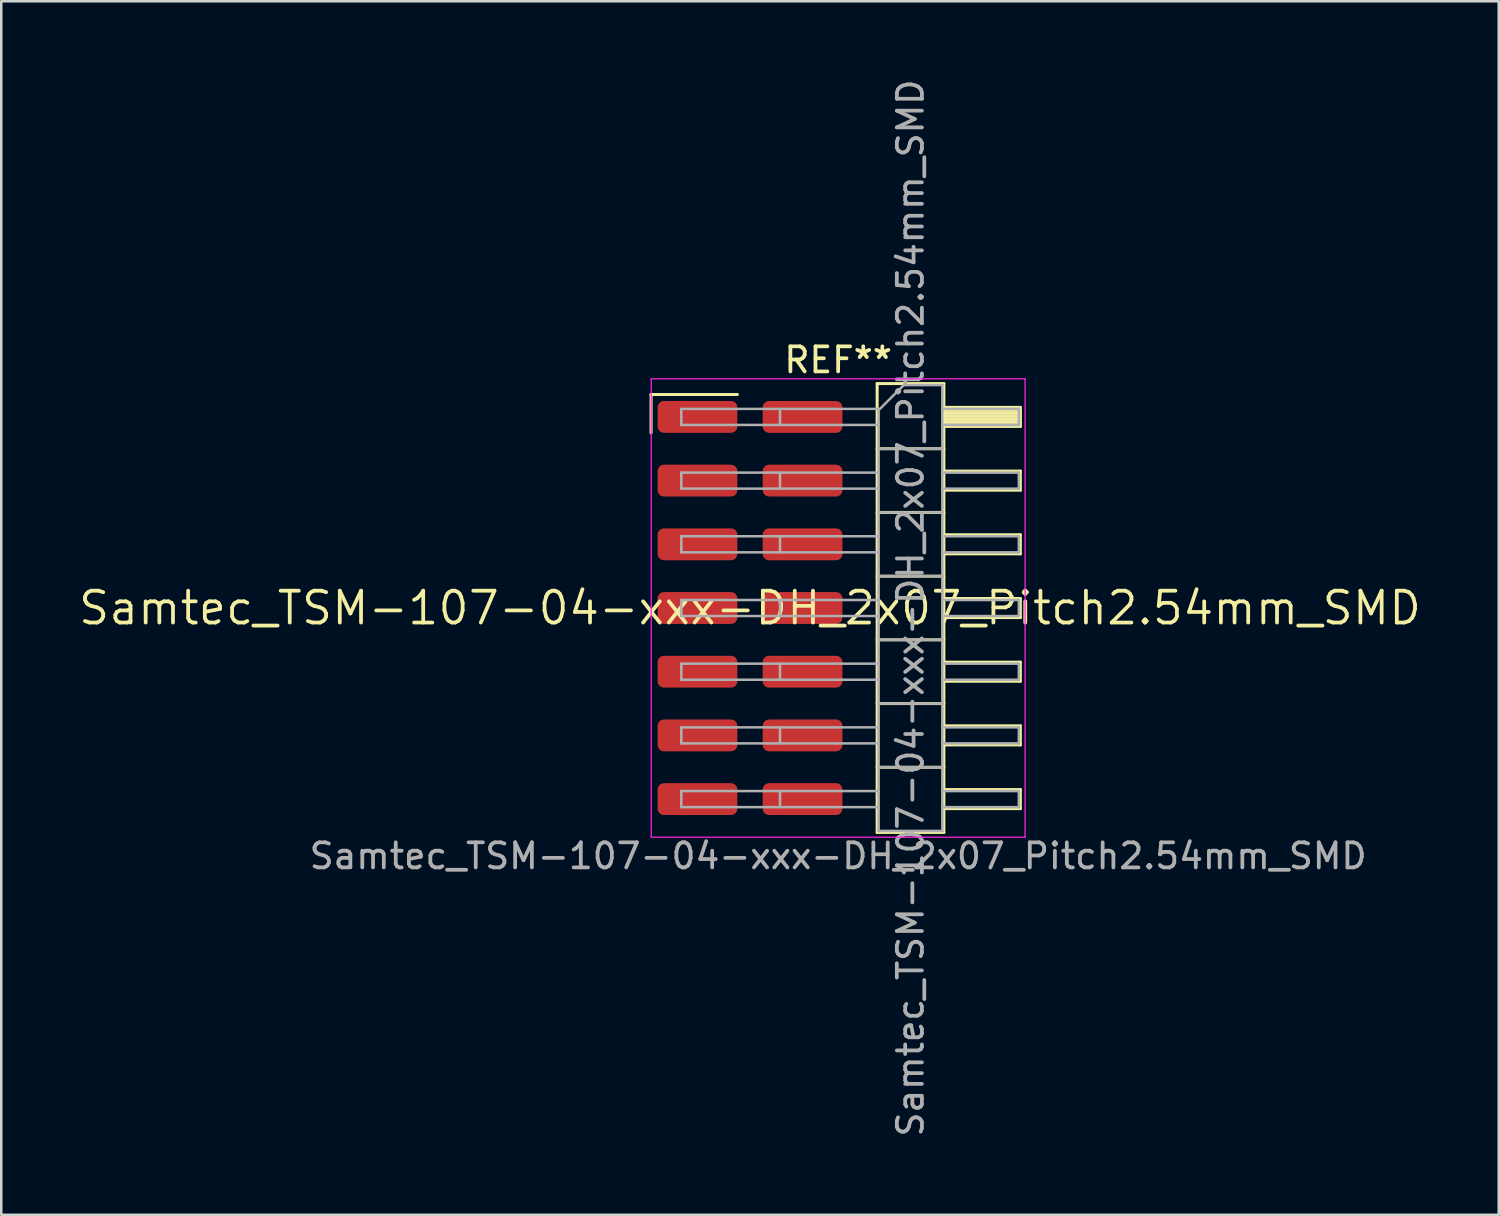
<source format=kicad_pcb>
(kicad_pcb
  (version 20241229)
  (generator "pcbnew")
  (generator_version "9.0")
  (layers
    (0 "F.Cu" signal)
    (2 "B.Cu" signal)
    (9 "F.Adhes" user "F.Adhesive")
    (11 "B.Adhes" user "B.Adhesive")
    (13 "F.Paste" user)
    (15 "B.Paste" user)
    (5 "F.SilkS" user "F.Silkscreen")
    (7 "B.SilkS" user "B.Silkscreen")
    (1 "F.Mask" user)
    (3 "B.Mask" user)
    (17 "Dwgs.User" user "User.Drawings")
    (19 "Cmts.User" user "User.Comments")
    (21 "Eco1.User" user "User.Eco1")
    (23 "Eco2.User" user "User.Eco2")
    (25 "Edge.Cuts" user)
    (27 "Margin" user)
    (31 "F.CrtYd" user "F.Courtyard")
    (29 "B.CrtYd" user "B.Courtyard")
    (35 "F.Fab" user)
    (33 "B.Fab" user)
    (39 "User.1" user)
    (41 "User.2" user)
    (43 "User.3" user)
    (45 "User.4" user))
  (footprint "Samtec_TSM-107-04-xxx-DH_2x07_Pitch2.54mm_SMD"
    (layer "F.Cu")
    (at 26.859 21.196)
    (property "Reference" "Samtec_TSM-107-04-xxx-DH_2x07_Pitch2.54mm_SMD" (at 0 0 0) (layer "F.SilkS") (effects (font (size 1.27 1.27) (thickness 0.15))))
    (attr smd)
    (fp_line (start -3.945 -8.515) (end -0.505 -8.515) (stroke (width 0.12) (type solid)) (layer "F.SilkS"))
    (fp_line (start -3.945 -6.985) (end -3.945 -8.515) (stroke (width 0.12) (type solid)) (layer "F.SilkS"))
    (fp_line (start 5.07 -8.95) (end 7.73 -8.95) (stroke (width 0.12) (type solid)) (layer "F.SilkS"))
    (fp_line (start 5.07 -6.35) (end 7.73 -6.35) (stroke (width 0.12) (type solid)) (layer "F.SilkS"))
    (fp_line (start 5.07 -3.81) (end 7.73 -3.81) (stroke (width 0.12) (type solid)) (layer "F.SilkS"))
    (fp_line (start 5.07 -1.27) (end 7.73 -1.27) (stroke (width 0.12) (type solid)) (layer "F.SilkS"))
    (fp_line (start 5.07 1.27) (end 7.73 1.27) (stroke (width 0.12) (type solid)) (layer "F.SilkS"))
    (fp_line (start 5.07 3.81) (end 7.73 3.81) (stroke (width 0.12) (type solid)) (layer "F.SilkS"))
    (fp_line (start 5.07 6.35) (end 7.73 6.35) (stroke (width 0.12) (type solid)) (layer "F.SilkS"))
    (fp_line (start 5.07 8.95) (end 5.07 -8.95) (stroke (width 0.12) (type solid)) (layer "F.SilkS"))
    (fp_line (start 7.73 -8.95) (end 7.73 8.95) (stroke (width 0.12) (type solid)) (layer "F.SilkS"))
    (fp_line (start 7.73 -8) (end 10.78 -8) (stroke (width 0.12) (type solid)) (layer "F.SilkS"))
    (fp_line (start 7.73 -7.88) (end 10.78 -7.88) (stroke (width 0.12) (type solid)) (layer "F.SilkS"))
    (fp_line (start 7.73 -7.76) (end 10.78 -7.76) (stroke (width 0.12) (type solid)) (layer "F.SilkS"))
    (fp_line (start 7.73 -7.64) (end 10.78 -7.64) (stroke (width 0.12) (type solid)) (layer "F.SilkS"))
    (fp_line (start 7.73 -7.52) (end 10.78 -7.52) (stroke (width 0.12) (type solid)) (layer "F.SilkS"))
    (fp_line (start 7.73 -7.4) (end 10.78 -7.4) (stroke (width 0.12) (type solid)) (layer "F.SilkS"))
    (fp_line (start 7.73 -7.28) (end 10.78 -7.28) (stroke (width 0.12) (type solid)) (layer "F.SilkS"))
    (fp_line (start 7.73 -7.24) (end 10.78 -7.24) (stroke (width 0.12) (type solid)) (layer "F.SilkS"))
    (fp_line (start 7.73 -5.46) (end 10.78 -5.46) (stroke (width 0.12) (type solid)) (layer "F.SilkS"))
    (fp_line (start 7.73 -4.7) (end 10.78 -4.7) (stroke (width 0.12) (type solid)) (layer "F.SilkS"))
    (fp_line (start 7.73 -2.92) (end 10.78 -2.92) (stroke (width 0.12) (type solid)) (layer "F.SilkS"))
    (fp_line (start 7.73 -2.16) (end 10.78 -2.16) (stroke (width 0.12) (type solid)) (layer "F.SilkS"))
    (fp_line (start 7.73 -0.38) (end 10.78 -0.38) (stroke (width 0.12) (type solid)) (layer "F.SilkS"))
    (fp_line (start 7.73 0.38) (end 10.78 0.38) (stroke (width 0.12) (type solid)) (layer "F.SilkS"))
    (fp_line (start 7.73 2.16) (end 10.78 2.16) (stroke (width 0.12) (type solid)) (layer "F.SilkS"))
    (fp_line (start 7.73 2.92) (end 10.78 2.92) (stroke (width 0.12) (type solid)) (layer "F.SilkS"))
    (fp_line (start 7.73 4.7) (end 10.78 4.7) (stroke (width 0.12) (type solid)) (layer "F.SilkS"))
    (fp_line (start 7.73 5.46) (end 10.78 5.46) (stroke (width 0.12) (type solid)) (layer "F.SilkS"))
    (fp_line (start 7.73 7.24) (end 10.78 7.24) (stroke (width 0.12) (type solid)) (layer "F.SilkS"))
    (fp_line (start 7.73 8) (end 10.78 8) (stroke (width 0.12) (type solid)) (layer "F.SilkS"))
    (fp_line (start 7.73 8.95) (end 5.07 8.95) (stroke (width 0.12) (type solid)) (layer "F.SilkS"))
    (fp_line (start 10.78 -8) (end 10.78 -7.24) (stroke (width 0.12) (type solid)) (layer "F.SilkS"))
    (fp_line (start 10.78 -5.46) (end 10.78 -4.7) (stroke (width 0.12) (type solid)) (layer "F.SilkS"))
    (fp_line (start 10.78 -2.92) (end 10.78 -2.16) (stroke (width 0.12) (type solid)) (layer "F.SilkS"))
    (fp_line (start 10.78 -0.38) (end 10.78 0.38) (stroke (width 0.12) (type solid)) (layer "F.SilkS"))
    (fp_line (start 10.78 2.16) (end 10.78 2.92) (stroke (width 0.12) (type solid)) (layer "F.SilkS"))
    (fp_line (start 10.78 4.7) (end 10.78 5.46) (stroke (width 0.12) (type solid)) (layer "F.SilkS"))
    (fp_line (start 10.78 7.24) (end 10.78 8) (stroke (width 0.12) (type solid)) (layer "F.SilkS"))
    (fp_line (start -3.94 -9.14) (end 10.97 -9.14) (stroke (width 0.05) (type solid)) (layer "F.CrtYd"))
    (fp_line (start -3.94 9.14) (end -3.94 -9.14) (stroke (width 0.05) (type solid)) (layer "F.CrtYd"))
    (fp_line (start 10.97 -9.14) (end 10.97 9.14) (stroke (width 0.05) (type solid)) (layer "F.CrtYd"))
    (fp_line (start 10.97 9.14) (end -3.94 9.14) (stroke (width 0.05) (type solid)) (layer "F.CrtYd"))
    (fp_line (start -2.74 -7.94) (end -2.74 -7.3) (stroke (width 0.1) (type solid)) (layer "F.Fab"))
    (fp_line (start -2.74 -7.94) (end 5.13 -7.94) (stroke (width 0.1) (type solid)) (layer "F.Fab"))
    (fp_line (start -2.74 -7.3) (end 5.13 -7.3) (stroke (width 0.1) (type solid)) (layer "F.Fab"))
    (fp_line (start -2.74 -5.4) (end -2.74 -4.76) (stroke (width 0.1) (type solid)) (layer "F.Fab"))
    (fp_line (start -2.74 -5.4) (end 5.13 -5.4) (stroke (width 0.1) (type solid)) (layer "F.Fab"))
    (fp_line (start -2.74 -4.76) (end 5.13 -4.76) (stroke (width 0.1) (type solid)) (layer "F.Fab"))
    (fp_line (start -2.74 -2.86) (end -2.74 -2.22) (stroke (width 0.1) (type solid)) (layer "F.Fab"))
    (fp_line (start -2.74 -2.86) (end 5.13 -2.86) (stroke (width 0.1) (type solid)) (layer "F.Fab"))
    (fp_line (start -2.74 -2.22) (end 5.13 -2.22) (stroke (width 0.1) (type solid)) (layer "F.Fab"))
    (fp_line (start -2.74 -0.32) (end -2.74 0.32) (stroke (width 0.1) (type solid)) (layer "F.Fab"))
    (fp_line (start -2.74 -0.32) (end 5.13 -0.32) (stroke (width 0.1) (type solid)) (layer "F.Fab"))
    (fp_line (start -2.74 0.32) (end 5.13 0.32) (stroke (width 0.1) (type solid)) (layer "F.Fab"))
    (fp_line (start -2.74 2.22) (end -2.74 2.86) (stroke (width 0.1) (type solid)) (layer "F.Fab"))
    (fp_line (start -2.74 2.22) (end 5.13 2.22) (stroke (width 0.1) (type solid)) (layer "F.Fab"))
    (fp_line (start -2.74 2.86) (end 5.13 2.86) (stroke (width 0.1) (type solid)) (layer "F.Fab"))
    (fp_line (start -2.74 4.76) (end -2.74 5.4) (stroke (width 0.1) (type solid)) (layer "F.Fab"))
    (fp_line (start -2.74 4.76) (end 5.13 4.76) (stroke (width 0.1) (type solid)) (layer "F.Fab"))
    (fp_line (start -2.74 5.4) (end 5.13 5.4) (stroke (width 0.1) (type solid)) (layer "F.Fab"))
    (fp_line (start -2.74 7.3) (end -2.74 7.94) (stroke (width 0.1) (type solid)) (layer "F.Fab"))
    (fp_line (start -2.74 7.3) (end 5.13 7.3) (stroke (width 0.1) (type solid)) (layer "F.Fab"))
    (fp_line (start -2.74 7.94) (end 5.13 7.94) (stroke (width 0.1) (type solid)) (layer "F.Fab"))
    (fp_line (start 1.195 -7.94) (end 1.195 -7.3) (stroke (width 0.1) (type solid)) (layer "F.Fab"))
    (fp_line (start 1.195 -5.4) (end 1.195 -4.76) (stroke (width 0.1) (type solid)) (layer "F.Fab"))
    (fp_line (start 1.195 -2.86) (end 1.195 -2.22) (stroke (width 0.1) (type solid)) (layer "F.Fab"))
    (fp_line (start 1.195 -0.32) (end 1.195 0.32) (stroke (width 0.1) (type solid)) (layer "F.Fab"))
    (fp_line (start 1.195 2.22) (end 1.195 2.86) (stroke (width 0.1) (type solid)) (layer "F.Fab"))
    (fp_line (start 1.195 4.76) (end 1.195 5.4) (stroke (width 0.1) (type solid)) (layer "F.Fab"))
    (fp_line (start 1.195 7.3) (end 1.195 7.94) (stroke (width 0.1) (type solid)) (layer "F.Fab"))
    (fp_line (start 5.13 -7.89) (end 6.13 -8.89) (stroke (width 0.1) (type solid)) (layer "F.Fab"))
    (fp_line (start 5.13 -6.35) (end 7.67 -6.35) (stroke (width 0.1) (type solid)) (layer "F.Fab"))
    (fp_line (start 5.13 -3.81) (end 7.67 -3.81) (stroke (width 0.1) (type solid)) (layer "F.Fab"))
    (fp_line (start 5.13 -1.27) (end 7.67 -1.27) (stroke (width 0.1) (type solid)) (layer "F.Fab"))
    (fp_line (start 5.13 1.27) (end 7.67 1.27) (stroke (width 0.1) (type solid)) (layer "F.Fab"))
    (fp_line (start 5.13 3.81) (end 7.67 3.81) (stroke (width 0.1) (type solid)) (layer "F.Fab"))
    (fp_line (start 5.13 6.35) (end 7.67 6.35) (stroke (width 0.1) (type solid)) (layer "F.Fab"))
    (fp_line (start 5.13 8.89) (end 5.13 -7.89) (stroke (width 0.1) (type solid)) (layer "F.Fab"))
    (fp_line (start 6.13 -8.89) (end 7.67 -8.89) (stroke (width 0.1) (type solid)) (layer "F.Fab"))
    (fp_line (start 7.67 -8.89) (end 7.67 8.89) (stroke (width 0.1) (type solid)) (layer "F.Fab"))
    (fp_line (start 7.67 -7.94) (end 10.72 -7.94) (stroke (width 0.1) (type solid)) (layer "F.Fab"))
    (fp_line (start 7.67 -7.3) (end 10.72 -7.3) (stroke (width 0.1) (type solid)) (layer "F.Fab"))
    (fp_line (start 7.67 -5.4) (end 10.72 -5.4) (stroke (width 0.1) (type solid)) (layer "F.Fab"))
    (fp_line (start 7.67 -4.76) (end 10.72 -4.76) (stroke (width 0.1) (type solid)) (layer "F.Fab"))
    (fp_line (start 7.67 -2.86) (end 10.72 -2.86) (stroke (width 0.1) (type solid)) (layer "F.Fab"))
    (fp_line (start 7.67 -2.22) (end 10.72 -2.22) (stroke (width 0.1) (type solid)) (layer "F.Fab"))
    (fp_line (start 7.67 -0.32) (end 10.72 -0.32) (stroke (width 0.1) (type solid)) (layer "F.Fab"))
    (fp_line (start 7.67 0.32) (end 10.72 0.32) (stroke (width 0.1) (type solid)) (layer "F.Fab"))
    (fp_line (start 7.67 2.22) (end 10.72 2.22) (stroke (width 0.1) (type solid)) (layer "F.Fab"))
    (fp_line (start 7.67 2.86) (end 10.72 2.86) (stroke (width 0.1) (type solid)) (layer "F.Fab"))
    (fp_line (start 7.67 4.76) (end 10.72 4.76) (stroke (width 0.1) (type solid)) (layer "F.Fab"))
    (fp_line (start 7.67 5.4) (end 10.72 5.4) (stroke (width 0.1) (type solid)) (layer "F.Fab"))
    (fp_line (start 7.67 7.3) (end 10.72 7.3) (stroke (width 0.1) (type solid)) (layer "F.Fab"))
    (fp_line (start 7.67 7.94) (end 10.72 7.94) (stroke (width 0.1) (type solid)) (layer "F.Fab"))
    (fp_line (start 7.67 8.89) (end 5.13 8.89) (stroke (width 0.1) (type solid)) (layer "F.Fab"))
    (fp_line (start 10.72 -7.94) (end 10.72 -7.3) (stroke (width 0.1) (type solid)) (layer "F.Fab"))
    (fp_line (start 10.72 -5.4) (end 10.72 -4.76) (stroke (width 0.1) (type solid)) (layer "F.Fab"))
    (fp_line (start 10.72 -2.86) (end 10.72 -2.22) (stroke (width 0.1) (type solid)) (layer "F.Fab"))
    (fp_line (start 10.72 -0.32) (end 10.72 0.32) (stroke (width 0.1) (type solid)) (layer "F.Fab"))
    (fp_line (start 10.72 2.22) (end 10.72 2.86) (stroke (width 0.1) (type solid)) (layer "F.Fab"))
    (fp_line (start 10.72 4.76) (end 10.72 5.4) (stroke (width 0.1) (type solid)) (layer "F.Fab"))
    (fp_line (start 10.72 7.3) (end 10.72 7.94) (stroke (width 0.1) (type solid)) (layer "F.Fab"))
    (fp_text user "REF**" (at 3.515 -9.89 0) (layer "F.SilkS") (effects (font (size 1 1) (thickness 0.15))))
    (fp_text user "${REFERENCE}" (at 6.4 0 90) (layer "F.Fab") (effects (font (size 1 1) (thickness 0.15))))
    (fp_text user "Samtec_TSM-107-04-xxx-DH_2x07_Pitch2.54mm_SMD" (at 3.515 9.89 0) (layer "F.Fab") (effects (font (size 1 1) (thickness 0.15))))
    (pad "1" smd roundrect (at -2.095 -7.62) (size 3.18 1.27) (layers "F.Cu" "F.Mask" "F.Paste") (roundrect_rratio 0.197))
    (pad "2" smd roundrect (at 2.095 -7.62) (size 3.18 1.27) (layers "F.Cu" "F.Mask" "F.Paste") (roundrect_rratio 0.197))
    (pad "3" smd roundrect (at -2.095 -5.08) (size 3.18 1.27) (layers "F.Cu" "F.Mask" "F.Paste") (roundrect_rratio 0.197))
    (pad "4" smd roundrect (at 2.095 -5.08) (size 3.18 1.27) (layers "F.Cu" "F.Mask" "F.Paste") (roundrect_rratio 0.197))
    (pad "5" smd roundrect (at -2.095 -2.54) (size 3.18 1.27) (layers "F.Cu" "F.Mask" "F.Paste") (roundrect_rratio 0.197))
    (pad "6" smd roundrect (at 2.095 -2.54) (size 3.18 1.27) (layers "F.Cu" "F.Mask" "F.Paste") (roundrect_rratio 0.197))
    (pad "7" smd roundrect (at -2.095 0) (size 3.18 1.27) (layers "F.Cu" "F.Mask" "F.Paste") (roundrect_rratio 0.197))
    (pad "8" smd roundrect (at 2.095 0) (size 3.18 1.27) (layers "F.Cu" "F.Mask" "F.Paste") (roundrect_rratio 0.197))
    (pad "9" smd roundrect (at -2.095 2.54) (size 3.18 1.27) (layers "F.Cu" "F.Mask" "F.Paste") (roundrect_rratio 0.197))
    (pad "10" smd roundrect (at 2.095 2.54) (size 3.18 1.27) (layers "F.Cu" "F.Mask" "F.Paste") (roundrect_rratio 0.197))
    (pad "11" smd roundrect (at -2.095 5.08) (size 3.18 1.27) (layers "F.Cu" "F.Mask" "F.Paste") (roundrect_rratio 0.197))
    (pad "12" smd roundrect (at 2.095 5.08) (size 3.18 1.27) (layers "F.Cu" "F.Mask" "F.Paste") (roundrect_rratio 0.197))
    (pad "13" smd roundrect (at -2.095 7.62) (size 3.18 1.27) (layers "F.Cu" "F.Mask" "F.Paste") (roundrect_rratio 0.197))
    (pad "14" smd roundrect (at 2.095 7.62) (size 3.18 1.27) (layers "F.Cu" "F.Mask" "F.Paste") (roundrect_rratio 0.197)))
  (gr_rect
    (start -3 -3)
    (end 56.717 45.393)
    (stroke (width 0.1) (type default))
    (fill no)
    (layer "Edge.Cuts")))
</source>
